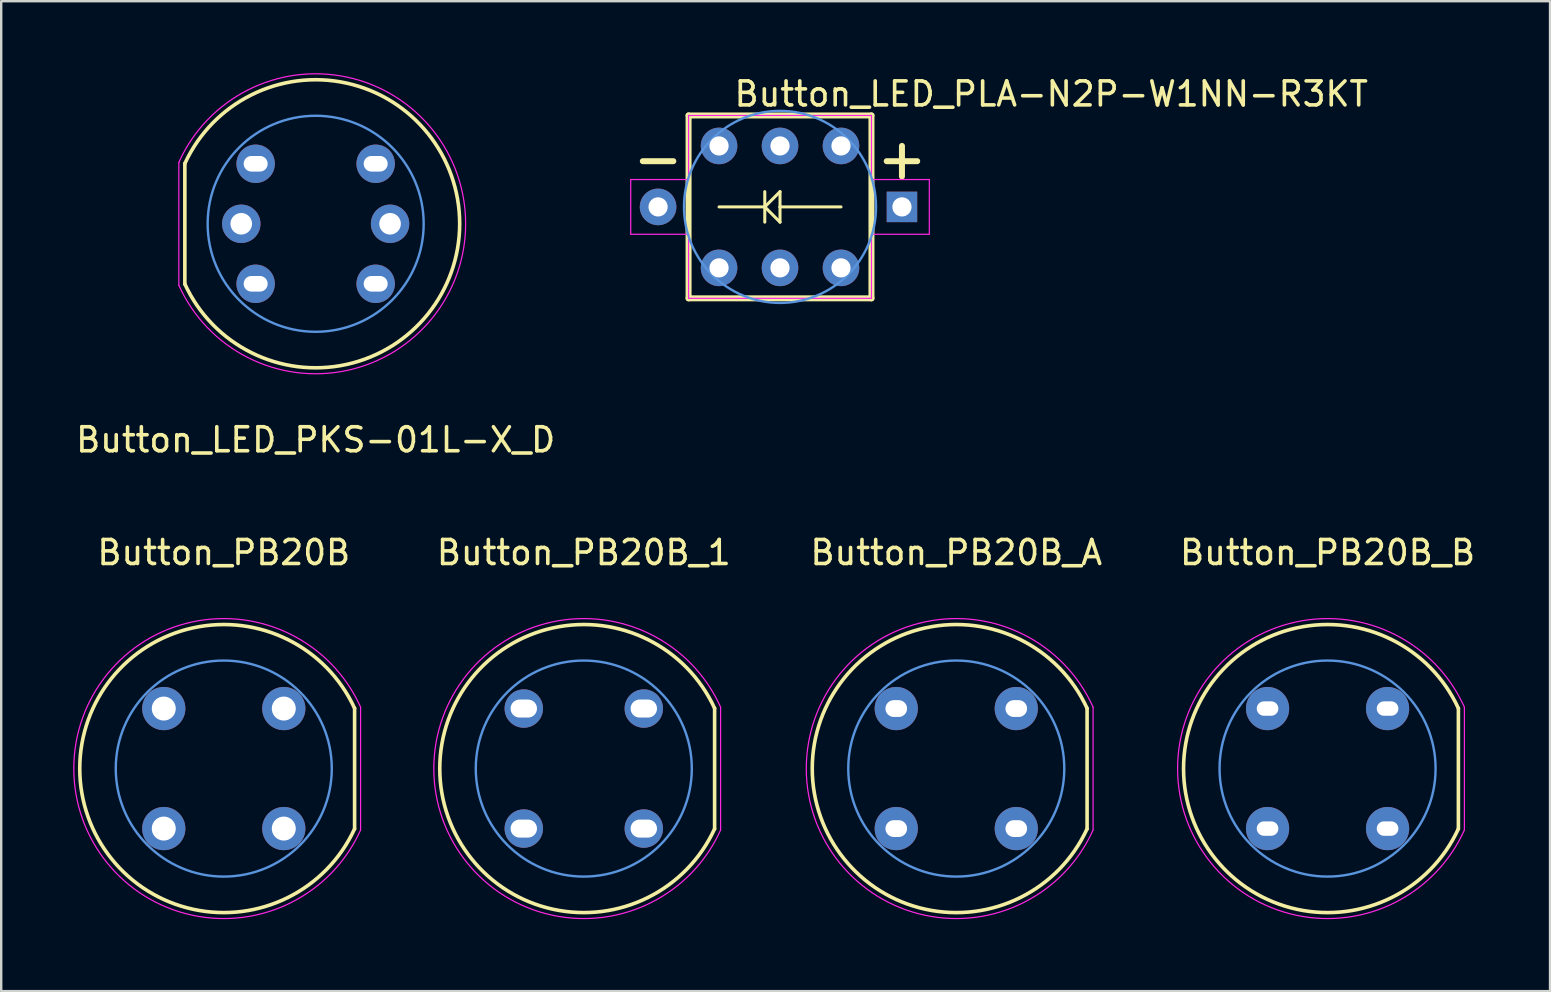
<source format=kicad_pcb>
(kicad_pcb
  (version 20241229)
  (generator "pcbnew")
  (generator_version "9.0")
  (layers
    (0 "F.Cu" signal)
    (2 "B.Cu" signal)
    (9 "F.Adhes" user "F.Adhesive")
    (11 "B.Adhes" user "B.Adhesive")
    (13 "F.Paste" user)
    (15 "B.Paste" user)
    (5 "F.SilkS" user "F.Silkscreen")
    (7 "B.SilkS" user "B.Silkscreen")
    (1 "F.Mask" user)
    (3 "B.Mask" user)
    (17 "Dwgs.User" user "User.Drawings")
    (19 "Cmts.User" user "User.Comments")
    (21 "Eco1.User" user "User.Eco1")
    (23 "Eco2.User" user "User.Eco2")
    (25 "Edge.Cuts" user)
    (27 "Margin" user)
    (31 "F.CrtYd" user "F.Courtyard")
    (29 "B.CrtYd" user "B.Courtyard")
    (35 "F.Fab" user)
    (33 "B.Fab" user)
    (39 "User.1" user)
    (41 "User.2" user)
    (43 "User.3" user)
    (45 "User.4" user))
  (footprint "Button_PB20B_1"
    (layer "F.Cu")
    (at 21.272 28.97)
    (property "Reference" "Button_PB20B_1" (at 0 -9 0) (layer "F.SilkS") (effects (font (size 1 1) (thickness 0.15))))
    (attr through_hole)
    (fp_line (start 5.45 -2.51) (end 5.45 2.51) (stroke (width 0.15) (type solid)) (layer "F.SilkS"))
    (fp_arc (start 5.448111 2.514098) (mid -6.000216 -0.002256) (end 5.45 -2.51) (stroke (width 0.15) (type solid)) (layer "F.SilkS"))
    (fp_circle (center 0 0) (end 4.5 0) (stroke (width 0.1) (type solid)) (fill no) (layer "Cmts.User"))
    (fp_line (start 5.7 -2.56) (end 5.7 2.56) (stroke (width 0.05) (type solid)) (layer "F.CrtYd"))
    (fp_arc (start 5.7 2.56) (mid -6.248488 0) (end 5.7 -2.56) (stroke (width 0.05) (type solid)) (layer "F.CrtYd"))
    (pad "1" thru_hole circle (at -2.5 -2.5) (size 1.6 1.6) (drill oval 1.1 0.75) (layers "*.Cu" "*.Mask"))
    (pad "1" thru_hole circle (at 2.5 -2.5) (size 1.6 1.6) (drill oval 1.1 0.75) (layers "*.Cu" "*.Mask"))
    (pad "2" thru_hole circle (at -2.5 2.5) (size 1.6 1.6) (drill oval 1.1 0.75) (layers "*.Cu" "*.Mask"))
    (pad "2" thru_hole circle (at 2.5 2.5) (size 1.6 1.6) (drill oval 1.1 0.75) (layers "*.Cu" "*.Mask")))
  (footprint "Button_PB20B_A"
    (layer "F.Cu")
    (at 36.79 28.97)
    (property "Reference" "Button_PB20B_A" (at 0 -9 0) (layer "F.SilkS") (effects (font (size 1 1) (thickness 0.15))))
    (attr through_hole)
    (fp_line (start 5.45 -2.51) (end 5.45 2.51) (stroke (width 0.15) (type solid)) (layer "F.SilkS"))
    (fp_arc (start 5.448111 2.514098) (mid -6.000216 -0.002256) (end 5.45 -2.51) (stroke (width 0.15) (type solid)) (layer "F.SilkS"))
    (fp_circle (center 0 0) (end 4.5 0) (stroke (width 0.1) (type solid)) (fill no) (layer "Cmts.User"))
    (fp_line (start 5.7 -2.56) (end 5.7 2.56) (stroke (width 0.05) (type solid)) (layer "F.CrtYd"))
    (fp_arc (start 5.7 2.56) (mid -6.248488 0) (end 5.7 -2.56) (stroke (width 0.05) (type solid)) (layer "F.CrtYd"))
    (pad "1" thru_hole circle (at -2.5 -2.5) (size 1.8 1.8) (drill oval 0.9 0.7) (layers "*.Cu" "*.Mask"))
    (pad "2" thru_hole circle (at 2.5 -2.5) (size 1.8 1.8) (drill oval 0.9 0.7) (layers "*.Cu" "*.Mask"))
    (pad "3" thru_hole circle (at 2.5 2.5) (size 1.8 1.8) (drill oval 0.9 0.7) (layers "*.Cu" "*.Mask"))
    (pad "4" thru_hole circle (at -2.5 2.5) (size 1.8 1.8) (drill oval 0.9 0.7) (layers "*.Cu" "*.Mask")))
  (footprint "Button_PB20B_B"
    (layer "F.Cu")
    (at 52.259 28.97)
    (property "Reference" "Button_PB20B_B" (at 0 -9 0) (layer "F.SilkS") (effects (font (size 1 1) (thickness 0.15))))
    (attr through_hole)
    (fp_line (start 5.45 -2.51) (end 5.45 2.51) (stroke (width 0.15) (type solid)) (layer "F.SilkS"))
    (fp_arc (start 5.448111 2.514098) (mid -6.000216 -0.002256) (end 5.45 -2.51) (stroke (width 0.15) (type solid)) (layer "F.SilkS"))
    (fp_circle (center 0 0) (end 4.5 0) (stroke (width 0.1) (type solid)) (fill no) (layer "Cmts.User"))
    (fp_line (start 5.7 -2.56) (end 5.7 2.56) (stroke (width 0.05) (type solid)) (layer "F.CrtYd"))
    (fp_arc (start 5.7 2.56) (mid -6.248488 0) (end 5.7 -2.56) (stroke (width 0.05) (type solid)) (layer "F.CrtYd"))
    (pad "1" thru_hole circle (at -2.5 -2.5) (size 1.8 1.8) (drill oval 0.9 0.6) (layers "*.Cu" "*.Mask"))
    (pad "2" thru_hole circle (at 2.5 -2.5) (size 1.8 1.8) (drill oval 0.9 0.6) (layers "*.Cu" "*.Mask"))
    (pad "3" thru_hole circle (at 2.5 2.5) (size 1.8 1.8) (drill oval 0.9 0.6) (layers "*.Cu" "*.Mask"))
    (pad "4" thru_hole circle (at -2.5 2.5) (size 1.8 1.8) (drill oval 0.9 0.6) (layers "*.Cu" "*.Mask")))
  (footprint "Button_LED_PKS-01L-X_D"
    (layer "F.Cu")
    (at 10.101 6.273)
    (property "Reference" "Button_LED_PKS-01L-X_D" (at 0 9 180) (layer "F.SilkS") (effects (font (size 1 1) (thickness 0.15))))
    (attr through_hole)
    (fp_line (start -5.45 2.51) (end -5.45 -2.51) (stroke (width 0.15) (type solid)) (layer "F.SilkS"))
    (fp_arc (start -5.448111 -2.514098) (mid 6.000216 0.002256) (end -5.45 2.51) (stroke (width 0.15) (type solid)) (layer "F.SilkS"))
    (fp_circle (center 0 0) (end -4.5 0) (stroke (width 0.1) (type solid)) (fill no) (layer "Cmts.User"))
    (fp_line (start -5.7 2.56) (end -5.7 -2.56) (stroke (width 0.05) (type solid)) (layer "F.CrtYd"))
    (fp_arc (start -5.7 -2.56) (mid 6.248488 0) (end -5.7 2.56) (stroke (width 0.05) (type solid)) (layer "F.CrtYd"))
    (pad "1" thru_hole circle (at -2.5 -2.5 180) (size 1.6 1.6) (drill oval 1 0.65) (layers "*.Cu" "*.Mask"))
    (pad "2" thru_hole circle (at 2.5 -2.5 180) (size 1.6 1.6) (drill oval 1 0.65) (layers "*.Cu" "*.Mask"))
    (pad "3" thru_hole circle (at -2.5 2.5 180) (size 1.6 1.6) (drill oval 1 0.65) (layers "*.Cu" "*.Mask"))
    (pad "4" thru_hole circle (at 2.5 2.5 180) (size 1.6 1.6) (drill oval 1 0.65) (layers "*.Cu" "*.Mask"))
    (pad "L1" thru_hole circle (at 3.1 0 180) (size 1.6 1.6) (drill 0.9) (layers "*.Cu" "*.Mask"))
    (pad "L2" thru_hole circle (at -3.1 0 180) (size 1.6 1.6) (drill 0.9) (layers "*.Cu" "*.Mask")))
  (footprint "Button_PB20B"
    (layer "F.Cu")
    (at 6.273 28.97)
    (property "Reference" "Button_PB20B" (at 0 -9 0) (layer "F.SilkS") (effects (font (size 1 1) (thickness 0.15))))
    (attr through_hole)
    (fp_line (start 5.45 -2.51) (end 5.45 2.51) (stroke (width 0.15) (type solid)) (layer "F.SilkS"))
    (fp_arc (start 5.448111 2.514098) (mid -6.000216 -0.002256) (end 5.45 -2.51) (stroke (width 0.15) (type solid)) (layer "F.SilkS"))
    (fp_circle (center 0 0) (end 4.5 0) (stroke (width 0.1) (type solid)) (fill no) (layer "Cmts.User"))
    (fp_line (start 5.7 -2.56) (end 5.7 2.56) (stroke (width 0.05) (type solid)) (layer "F.CrtYd"))
    (fp_arc (start 5.7 2.56) (mid -6.248488 0) (end 5.7 -2.56) (stroke (width 0.05) (type solid)) (layer "F.CrtYd"))
    (pad "1" thru_hole circle (at -2.5 -2.5) (size 1.8 1.8) (drill 1) (layers "*.Cu" "*.Mask"))
    (pad "2" thru_hole circle (at 2.5 -2.5) (size 1.8 1.8) (drill 1) (layers "*.Cu" "*.Mask"))
    (pad "3" thru_hole circle (at 2.5 2.5) (size 1.8 1.8) (drill 1) (layers "*.Cu" "*.Mask"))
    (pad "4" thru_hole circle (at -2.5 2.5) (size 1.8 1.8) (drill 1) (layers "*.Cu" "*.Mask")))
  (footprint "Button_LED_PLA-N2P-W1NN-R3KT"
    (layer "F.Cu")
    (at 29.447 5.57)
    (property "Reference" "Button_LED_PLA-N2P-W1NN-R3KT" (at -1.99 -4.12 0) (layer "F.SilkS") (effects (font (size 1 1) (thickness 0.15)) (justify left bottom)))
    (attr through_hole)
    (fp_line (start -5.715 -1.905) (end -4.445 -1.905) (stroke (width 0.25) (type solid)) (layer "F.SilkS"))
    (fp_line (start -3.81 -3.81) (end -3.81 3.81) (stroke (width 0.25) (type solid)) (layer "F.SilkS"))
    (fp_line (start -3.81 3.81) (end 3.81 3.81) (stroke (width 0.25) (type solid)) (layer "F.SilkS"))
    (fp_line (start -0.635 -0.635) (end -0.635 0) (stroke (width 0.127) (type solid)) (layer "F.SilkS"))
    (fp_line (start -0.635 0) (end -2.54 0) (stroke (width 0.127) (type solid)) (layer "F.SilkS"))
    (fp_line (start -0.635 0) (end -0.635 0.635) (stroke (width 0.127) (type solid)) (layer "F.SilkS"))
    (fp_line (start -0.635 0) (end 0 0.635) (stroke (width 0.127) (type solid)) (layer "F.SilkS"))
    (fp_line (start 0 -0.635) (end -0.635 0) (stroke (width 0.127) (type solid)) (layer "F.SilkS"))
    (fp_line (start 0 0) (end 0 -0.635) (stroke (width 0.127) (type solid)) (layer "F.SilkS"))
    (fp_line (start 0 0.635) (end 0 0) (stroke (width 0.127) (type solid)) (layer "F.SilkS"))
    (fp_line (start 2.54 0) (end 0 0) (stroke (width 0.127) (type solid)) (layer "F.SilkS"))
    (fp_line (start 3.81 -3.81) (end -3.81 -3.81) (stroke (width 0.25) (type solid)) (layer "F.SilkS"))
    (fp_line (start 3.81 3.81) (end 3.81 -3.81) (stroke (width 0.25) (type solid)) (layer "F.SilkS"))
    (fp_line (start 4.445 -1.905) (end 5.715 -1.905) (stroke (width 0.25) (type solid)) (layer "F.SilkS"))
    (fp_line (start 5.08 -1.27) (end 5.08 -2.54) (stroke (width 0.25) (type solid)) (layer "F.SilkS"))
    (fp_circle (center 0 0) (end 4 0) (stroke (width 0.1) (type solid)) (fill no) (layer "Cmts.User"))
    (fp_line (start -6.22 -1.14) (end -3.81 -1.14) (stroke (width 0.05) (type solid)) (layer "F.CrtYd"))
    (fp_line (start -6.22 1.14) (end -6.22 -1.14) (stroke (width 0.05) (type solid)) (layer "F.CrtYd"))
    (fp_line (start -3.81 -3.81) (end 3.81 -3.81) (stroke (width 0.05) (type solid)) (layer "F.CrtYd"))
    (fp_line (start -3.81 -1.14) (end -3.81 -3.81) (stroke (width 0.05) (type solid)) (layer "F.CrtYd"))
    (fp_line (start -3.81 1.14) (end -6.22 1.14) (stroke (width 0.05) (type solid)) (layer "F.CrtYd"))
    (fp_line (start -3.81 3.81) (end -3.81 1.14) (stroke (width 0.05) (type solid)) (layer "F.CrtYd"))
    (fp_line (start 3.81 -3.81) (end 3.81 -1.14) (stroke (width 0.05) (type solid)) (layer "F.CrtYd"))
    (fp_line (start 3.81 -1.14) (end 6.22 -1.14) (stroke (width 0.05) (type solid)) (layer "F.CrtYd"))
    (fp_line (start 3.81 1.14) (end 3.81 3.81) (stroke (width 0.05) (type solid)) (layer "F.CrtYd"))
    (fp_line (start 3.81 3.81) (end -3.81 3.81) (stroke (width 0.05) (type solid)) (layer "F.CrtYd"))
    (fp_line (start 6.22 -1.14) (end 6.22 1.14) (stroke (width 0.05) (type solid)) (layer "F.CrtYd"))
    (fp_line (start 6.22 1.14) (end 3.81 1.14) (stroke (width 0.05) (type solid)) (layer "F.CrtYd"))
    (pad "1" thru_hole circle (at 2.54 -2.54) (size 1.524 1.524) (drill 0.8) (layers "*.Cu" "*.Mask"))
    (pad "2" thru_hole circle (at 0 -2.54) (size 1.524 1.524) (drill 0.8) (layers "*.Cu" "*.Mask"))
    (pad "3" thru_hole circle (at -2.54 -2.54) (size 1.524 1.524) (drill 0.8) (layers "*.Cu" "*.Mask"))
    (pad "4" thru_hole circle (at 2.54 2.54) (size 1.524 1.524) (drill 0.8) (layers "*.Cu" "*.Mask"))
    (pad "5" thru_hole circle (at 0 2.54) (size 1.524 1.524) (drill 0.8) (layers "*.Cu" "*.Mask"))
    (pad "6" thru_hole circle (at -2.54 2.54) (size 1.524 1.524) (drill 0.8) (layers "*.Cu" "*.Mask"))
    (pad "7" thru_hole rect (at 5.08 0) (size 1.27 1.27) (drill 0.8) (layers "*.Cu" "*.Mask"))
    (pad "8" thru_hole circle (at -5.08 0) (size 1.524 1.524) (drill 0.8) (layers "*.Cu" "*.Mask")))
  (gr_rect
    (start -3 -3)
    (end 61.527 38.243)
    (stroke (width 0.1) (type default))
    (fill no)
    (layer "Edge.Cuts")))
</source>
